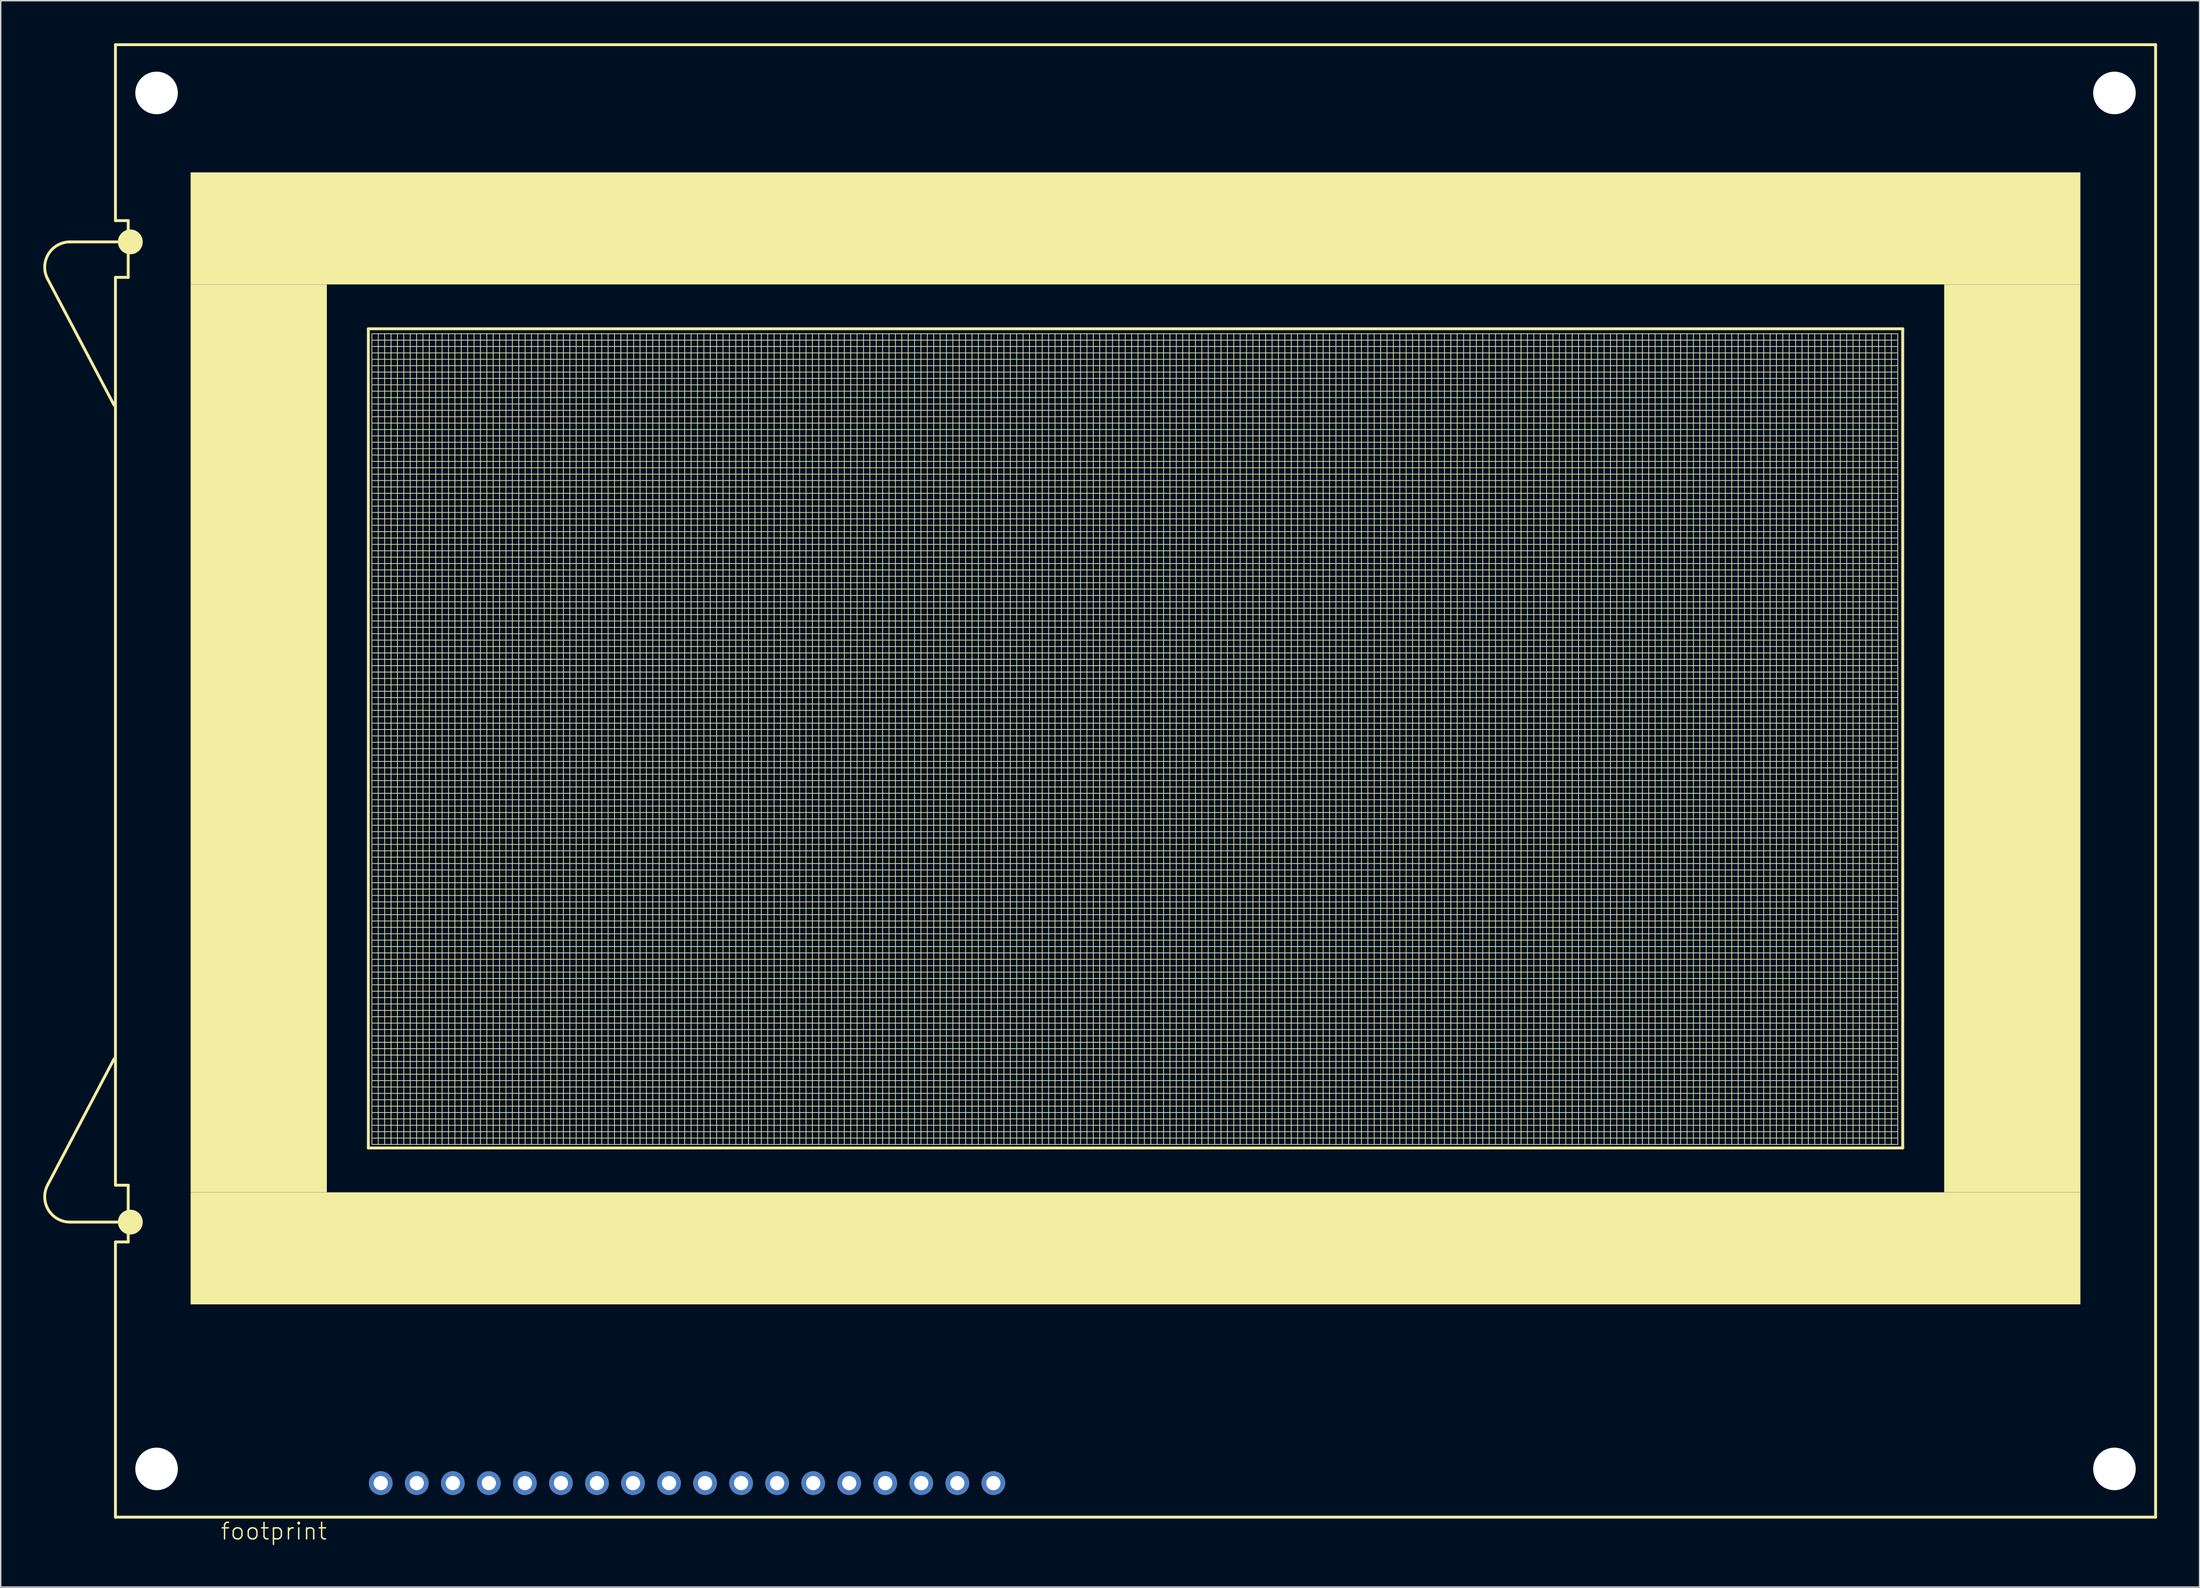
<source format=kicad_pcb>
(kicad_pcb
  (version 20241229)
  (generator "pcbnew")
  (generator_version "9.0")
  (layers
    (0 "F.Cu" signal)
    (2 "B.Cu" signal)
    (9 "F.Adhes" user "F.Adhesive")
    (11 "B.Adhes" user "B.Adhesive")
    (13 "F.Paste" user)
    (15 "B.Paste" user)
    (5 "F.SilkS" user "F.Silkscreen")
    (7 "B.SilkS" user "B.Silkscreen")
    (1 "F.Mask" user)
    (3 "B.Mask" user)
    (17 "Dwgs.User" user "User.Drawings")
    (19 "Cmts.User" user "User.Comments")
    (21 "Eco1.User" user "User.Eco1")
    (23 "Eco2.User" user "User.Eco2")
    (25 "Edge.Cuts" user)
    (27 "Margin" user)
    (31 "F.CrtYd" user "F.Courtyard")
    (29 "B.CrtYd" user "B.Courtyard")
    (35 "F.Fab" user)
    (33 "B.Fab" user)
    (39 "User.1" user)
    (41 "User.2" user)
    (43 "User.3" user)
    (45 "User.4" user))
  (footprint "footprint"
    (layer "F.Cu")
    (at 7.987 100.502)
    (property "Reference" "footprint" (at 4.445 5.08 0) (layer "F.SilkS") (effects (font (size 1.168 1.168) (thickness 0.102)) (justify left bottom)))
    (fp_line (start -7.675 -83.875) (end -3 -75) (stroke (width 0.203) (type solid)) (layer "F.SilkS"))
    (fp_line (start -7.675 -20.025) (end -3 -28.9) (stroke (width 0.203) (type solid)) (layer "F.SilkS"))
    (fp_line (start -2.9 -100.4) (end -2.9 -88) (stroke (width 0.203) (type solid)) (layer "F.SilkS"))
    (fp_line (start -2.9 -88) (end -2 -88) (stroke (width 0.203) (type solid)) (layer "F.SilkS"))
    (fp_line (start -2.9 -84) (end -2.9 -20) (stroke (width 0.203) (type solid)) (layer "F.SilkS"))
    (fp_line (start -2.9 -20) (end -2 -20) (stroke (width 0.203) (type solid)) (layer "F.SilkS"))
    (fp_line (start -2.9 -16) (end -2.9 3.4) (stroke (width 0.203) (type solid)) (layer "F.SilkS"))
    (fp_line (start -2.9 3.4) (end 140.9 3.4) (stroke (width 0.203) (type solid)) (layer "F.SilkS"))
    (fp_line (start -2.725 -86.5) (end -6.1 -86.5) (stroke (width 0.203) (type solid)) (layer "F.SilkS"))
    (fp_line (start -2.725 -17.4) (end -6.1 -17.4) (stroke (width 0.203) (type solid)) (layer "F.SilkS"))
    (fp_line (start -2 -88) (end -2 -84) (stroke (width 0.203) (type solid)) (layer "F.SilkS"))
    (fp_line (start -2 -84) (end -2.9 -84) (stroke (width 0.203) (type solid)) (layer "F.SilkS"))
    (fp_line (start -2 -20) (end -2 -16) (stroke (width 0.203) (type solid)) (layer "F.SilkS"))
    (fp_line (start -2 -16) (end -2.9 -16) (stroke (width 0.203) (type solid)) (layer "F.SilkS"))
    (fp_line (start 14.925 -80.375) (end 14.925 -22.625) (stroke (width 0.203) (type solid)) (layer "F.SilkS"))
    (fp_line (start 14.925 -22.625) (end 123.075 -22.625) (stroke (width 0.203) (type solid)) (layer "F.SilkS"))
    (fp_line (start 15.175 -22.875) (end 15.175 -80.025) (stroke (width 0.05) (type solid)) (layer "F.SilkS"))
    (fp_line (start 15.225 -80.025) (end 122.725 -80.025) (stroke (width 0.05) (type solid)) (layer "F.SilkS"))
    (fp_line (start 15.225 -79.575) (end 122.7 -79.575) (stroke (width 0.05) (type solid)) (layer "F.SilkS"))
    (fp_line (start 15.225 -79.125) (end 122.7 -79.125) (stroke (width 0.05) (type solid)) (layer "F.SilkS"))
    (fp_line (start 15.225 -78.675) (end 122.7 -78.675) (stroke (width 0.05) (type solid)) (layer "F.SilkS"))
    (fp_line (start 15.225 -78.225) (end 122.7 -78.225) (stroke (width 0.05) (type solid)) (layer "F.SilkS"))
    (fp_line (start 15.225 -77.775) (end 122.7 -77.775) (stroke (width 0.05) (type solid)) (layer "F.SilkS"))
    (fp_line (start 15.225 -77.325) (end 122.7 -77.325) (stroke (width 0.05) (type solid)) (layer "F.SilkS"))
    (fp_line (start 15.225 -76.875) (end 122.7 -76.875) (stroke (width 0.05) (type solid)) (layer "F.SilkS"))
    (fp_line (start 15.225 -76.425) (end 122.7 -76.425) (stroke (width 0.05) (type solid)) (layer "F.SilkS"))
    (fp_line (start 15.225 -75.975) (end 122.7 -75.975) (stroke (width 0.05) (type solid)) (layer "F.SilkS"))
    (fp_line (start 15.225 -75.525) (end 122.7 -75.525) (stroke (width 0.05) (type solid)) (layer "F.SilkS"))
    (fp_line (start 15.225 -75.075) (end 122.7 -75.075) (stroke (width 0.05) (type solid)) (layer "F.SilkS"))
    (fp_line (start 15.225 -74.625) (end 122.7 -74.625) (stroke (width 0.05) (type solid)) (layer "F.SilkS"))
    (fp_line (start 15.225 -74.175) (end 122.7 -74.175) (stroke (width 0.05) (type solid)) (layer "F.SilkS"))
    (fp_line (start 15.225 -73.725) (end 122.7 -73.725) (stroke (width 0.05) (type solid)) (layer "F.SilkS"))
    (fp_line (start 15.225 -73.275) (end 122.7 -73.275) (stroke (width 0.05) (type solid)) (layer "F.SilkS"))
    (fp_line (start 15.225 -72.825) (end 122.7 -72.825) (stroke (width 0.05) (type solid)) (layer "F.SilkS"))
    (fp_line (start 15.225 -72.375) (end 122.7 -72.375) (stroke (width 0.05) (type solid)) (layer "F.SilkS"))
    (fp_line (start 15.225 -71.925) (end 122.7 -71.925) (stroke (width 0.05) (type solid)) (layer "F.SilkS"))
    (fp_line (start 15.225 -71.475) (end 122.7 -71.475) (stroke (width 0.05) (type solid)) (layer "F.SilkS"))
    (fp_line (start 15.225 -71.025) (end 122.7 -71.025) (stroke (width 0.05) (type solid)) (layer "F.SilkS"))
    (fp_line (start 15.225 -70.575) (end 122.7 -70.575) (stroke (width 0.05) (type solid)) (layer "F.SilkS"))
    (fp_line (start 15.225 -70.125) (end 122.7 -70.125) (stroke (width 0.05) (type solid)) (layer "F.SilkS"))
    (fp_line (start 15.225 -69.675) (end 122.7 -69.675) (stroke (width 0.05) (type solid)) (layer "F.SilkS"))
    (fp_line (start 15.225 -69.225) (end 122.7 -69.225) (stroke (width 0.05) (type solid)) (layer "F.SilkS"))
    (fp_line (start 15.225 -68.775) (end 122.7 -68.775) (stroke (width 0.05) (type solid)) (layer "F.SilkS"))
    (fp_line (start 15.225 -68.325) (end 122.7 -68.325) (stroke (width 0.05) (type solid)) (layer "F.SilkS"))
    (fp_line (start 15.225 -67.875) (end 122.7 -67.875) (stroke (width 0.05) (type solid)) (layer "F.SilkS"))
    (fp_line (start 15.225 -67.425) (end 122.7 -67.425) (stroke (width 0.05) (type solid)) (layer "F.SilkS"))
    (fp_line (start 15.225 -66.975) (end 122.7 -66.975) (stroke (width 0.05) (type solid)) (layer "F.SilkS"))
    (fp_line (start 15.225 -66.525) (end 122.7 -66.525) (stroke (width 0.05) (type solid)) (layer "F.SilkS"))
    (fp_line (start 15.225 -66.075) (end 122.7 -66.075) (stroke (width 0.05) (type solid)) (layer "F.SilkS"))
    (fp_line (start 15.225 -65.625) (end 122.7 -65.625) (stroke (width 0.05) (type solid)) (layer "F.SilkS"))
    (fp_line (start 15.225 -65.175) (end 122.7 -65.175) (stroke (width 0.05) (type solid)) (layer "F.SilkS"))
    (fp_line (start 15.225 -64.725) (end 122.7 -64.725) (stroke (width 0.05) (type solid)) (layer "F.SilkS"))
    (fp_line (start 15.225 -64.275) (end 122.7 -64.275) (stroke (width 0.05) (type solid)) (layer "F.SilkS"))
    (fp_line (start 15.225 -63.825) (end 122.7 -63.825) (stroke (width 0.05) (type solid)) (layer "F.SilkS"))
    (fp_line (start 15.225 -63.375) (end 122.7 -63.375) (stroke (width 0.05) (type solid)) (layer "F.SilkS"))
    (fp_line (start 15.225 -62.925) (end 122.7 -62.925) (stroke (width 0.05) (type solid)) (layer "F.SilkS"))
    (fp_line (start 15.225 -62.475) (end 122.7 -62.475) (stroke (width 0.05) (type solid)) (layer "F.SilkS"))
    (fp_line (start 15.225 -62.025) (end 122.7 -62.025) (stroke (width 0.05) (type solid)) (layer "F.SilkS"))
    (fp_line (start 15.225 -61.575) (end 122.7 -61.575) (stroke (width 0.05) (type solid)) (layer "F.SilkS"))
    (fp_line (start 15.225 -61.125) (end 122.7 -61.125) (stroke (width 0.05) (type solid)) (layer "F.SilkS"))
    (fp_line (start 15.225 -60.675) (end 122.7 -60.675) (stroke (width 0.05) (type solid)) (layer "F.SilkS"))
    (fp_line (start 15.225 -60.225) (end 122.7 -60.225) (stroke (width 0.05) (type solid)) (layer "F.SilkS"))
    (fp_line (start 15.225 -59.775) (end 122.7 -59.775) (stroke (width 0.05) (type solid)) (layer "F.SilkS"))
    (fp_line (start 15.225 -59.325) (end 122.7 -59.325) (stroke (width 0.05) (type solid)) (layer "F.SilkS"))
    (fp_line (start 15.225 -58.875) (end 122.7 -58.875) (stroke (width 0.05) (type solid)) (layer "F.SilkS"))
    (fp_line (start 15.225 -58.425) (end 122.7 -58.425) (stroke (width 0.05) (type solid)) (layer "F.SilkS"))
    (fp_line (start 15.225 -57.975) (end 122.7 -57.975) (stroke (width 0.05) (type solid)) (layer "F.SilkS"))
    (fp_line (start 15.225 -57.525) (end 122.7 -57.525) (stroke (width 0.05) (type solid)) (layer "F.SilkS"))
    (fp_line (start 15.225 -57.075) (end 122.7 -57.075) (stroke (width 0.05) (type solid)) (layer "F.SilkS"))
    (fp_line (start 15.225 -56.625) (end 122.7 -56.625) (stroke (width 0.05) (type solid)) (layer "F.SilkS"))
    (fp_line (start 15.225 -56.175) (end 122.7 -56.175) (stroke (width 0.05) (type solid)) (layer "F.SilkS"))
    (fp_line (start 15.225 -55.725) (end 122.7 -55.725) (stroke (width 0.05) (type solid)) (layer "F.SilkS"))
    (fp_line (start 15.225 -55.275) (end 122.7 -55.275) (stroke (width 0.05) (type solid)) (layer "F.SilkS"))
    (fp_line (start 15.225 -54.825) (end 122.7 -54.825) (stroke (width 0.05) (type solid)) (layer "F.SilkS"))
    (fp_line (start 15.225 -54.375) (end 122.7 -54.375) (stroke (width 0.05) (type solid)) (layer "F.SilkS"))
    (fp_line (start 15.225 -53.925) (end 122.7 -53.925) (stroke (width 0.05) (type solid)) (layer "F.SilkS"))
    (fp_line (start 15.225 -53.475) (end 122.7 -53.475) (stroke (width 0.05) (type solid)) (layer "F.SilkS"))
    (fp_line (start 15.225 -53.025) (end 122.7 -53.025) (stroke (width 0.05) (type solid)) (layer "F.SilkS"))
    (fp_line (start 15.225 -52.575) (end 122.7 -52.575) (stroke (width 0.05) (type solid)) (layer "F.SilkS"))
    (fp_line (start 15.225 -52.125) (end 122.7 -52.125) (stroke (width 0.05) (type solid)) (layer "F.SilkS"))
    (fp_line (start 15.225 -51.675) (end 122.7 -51.675) (stroke (width 0.05) (type solid)) (layer "F.SilkS"))
    (fp_line (start 15.225 -51.225) (end 122.7 -51.225) (stroke (width 0.05) (type solid)) (layer "F.SilkS"))
    (fp_line (start 15.225 -50.775) (end 122.7 -50.775) (stroke (width 0.05) (type solid)) (layer "F.SilkS"))
    (fp_line (start 15.225 -50.325) (end 122.7 -50.325) (stroke (width 0.05) (type solid)) (layer "F.SilkS"))
    (fp_line (start 15.225 -49.875) (end 122.7 -49.875) (stroke (width 0.05) (type solid)) (layer "F.SilkS"))
    (fp_line (start 15.225 -49.425) (end 122.7 -49.425) (stroke (width 0.05) (type solid)) (layer "F.SilkS"))
    (fp_line (start 15.225 -48.975) (end 122.7 -48.975) (stroke (width 0.05) (type solid)) (layer "F.SilkS"))
    (fp_line (start 15.225 -48.525) (end 122.7 -48.525) (stroke (width 0.05) (type solid)) (layer "F.SilkS"))
    (fp_line (start 15.225 -48.075) (end 122.7 -48.075) (stroke (width 0.05) (type solid)) (layer "F.SilkS"))
    (fp_line (start 15.225 -47.625) (end 122.7 -47.625) (stroke (width 0.05) (type solid)) (layer "F.SilkS"))
    (fp_line (start 15.225 -47.175) (end 122.7 -47.175) (stroke (width 0.05) (type solid)) (layer "F.SilkS"))
    (fp_line (start 15.225 -46.725) (end 122.7 -46.725) (stroke (width 0.05) (type solid)) (layer "F.SilkS"))
    (fp_line (start 15.225 -46.275) (end 122.7 -46.275) (stroke (width 0.05) (type solid)) (layer "F.SilkS"))
    (fp_line (start 15.225 -45.825) (end 122.7 -45.825) (stroke (width 0.05) (type solid)) (layer "F.SilkS"))
    (fp_line (start 15.225 -45.375) (end 122.7 -45.375) (stroke (width 0.05) (type solid)) (layer "F.SilkS"))
    (fp_line (start 15.225 -44.925) (end 122.7 -44.925) (stroke (width 0.05) (type solid)) (layer "F.SilkS"))
    (fp_line (start 15.225 -44.475) (end 122.7 -44.475) (stroke (width 0.05) (type solid)) (layer "F.SilkS"))
    (fp_line (start 15.225 -44.025) (end 122.7 -44.025) (stroke (width 0.05) (type solid)) (layer "F.SilkS"))
    (fp_line (start 15.225 -43.575) (end 122.7 -43.575) (stroke (width 0.05) (type solid)) (layer "F.SilkS"))
    (fp_line (start 15.225 -43.125) (end 122.7 -43.125) (stroke (width 0.05) (type solid)) (layer "F.SilkS"))
    (fp_line (start 15.225 -42.675) (end 122.7 -42.675) (stroke (width 0.05) (type solid)) (layer "F.SilkS"))
    (fp_line (start 15.225 -42.225) (end 122.7 -42.225) (stroke (width 0.05) (type solid)) (layer "F.SilkS"))
    (fp_line (start 15.225 -41.775) (end 122.7 -41.775) (stroke (width 0.05) (type solid)) (layer "F.SilkS"))
    (fp_line (start 15.225 -41.325) (end 122.7 -41.325) (stroke (width 0.05) (type solid)) (layer "F.SilkS"))
    (fp_line (start 15.225 -40.875) (end 122.7 -40.875) (stroke (width 0.05) (type solid)) (layer "F.SilkS"))
    (fp_line (start 15.225 -40.425) (end 122.7 -40.425) (stroke (width 0.05) (type solid)) (layer "F.SilkS"))
    (fp_line (start 15.225 -39.975) (end 122.7 -39.975) (stroke (width 0.05) (type solid)) (layer "F.SilkS"))
    (fp_line (start 15.225 -39.525) (end 122.7 -39.525) (stroke (width 0.05) (type solid)) (layer "F.SilkS"))
    (fp_line (start 15.225 -39.075) (end 122.7 -39.075) (stroke (width 0.05) (type solid)) (layer "F.SilkS"))
    (fp_line (start 15.225 -38.625) (end 122.7 -38.625) (stroke (width 0.05) (type solid)) (layer "F.SilkS"))
    (fp_line (start 15.225 -38.175) (end 122.7 -38.175) (stroke (width 0.05) (type solid)) (layer "F.SilkS"))
    (fp_line (start 15.225 -37.725) (end 122.7 -37.725) (stroke (width 0.05) (type solid)) (layer "F.SilkS"))
    (fp_line (start 15.225 -37.275) (end 122.7 -37.275) (stroke (width 0.05) (type solid)) (layer "F.SilkS"))
    (fp_line (start 15.225 -36.825) (end 122.7 -36.825) (stroke (width 0.05) (type solid)) (layer "F.SilkS"))
    (fp_line (start 15.225 -36.375) (end 122.7 -36.375) (stroke (width 0.05) (type solid)) (layer "F.SilkS"))
    (fp_line (start 15.225 -35.925) (end 122.7 -35.925) (stroke (width 0.05) (type solid)) (layer "F.SilkS"))
    (fp_line (start 15.225 -35.475) (end 122.7 -35.475) (stroke (width 0.05) (type solid)) (layer "F.SilkS"))
    (fp_line (start 15.225 -35.025) (end 122.7 -35.025) (stroke (width 0.05) (type solid)) (layer "F.SilkS"))
    (fp_line (start 15.225 -34.575) (end 122.7 -34.575) (stroke (width 0.05) (type solid)) (layer "F.SilkS"))
    (fp_line (start 15.225 -34.125) (end 122.7 -34.125) (stroke (width 0.05) (type solid)) (layer "F.SilkS"))
    (fp_line (start 15.225 -33.675) (end 122.7 -33.675) (stroke (width 0.05) (type solid)) (layer "F.SilkS"))
    (fp_line (start 15.225 -33.225) (end 122.7 -33.225) (stroke (width 0.05) (type solid)) (layer "F.SilkS"))
    (fp_line (start 15.225 -32.775) (end 122.7 -32.775) (stroke (width 0.05) (type solid)) (layer "F.SilkS"))
    (fp_line (start 15.225 -32.325) (end 122.7 -32.325) (stroke (width 0.05) (type solid)) (layer "F.SilkS"))
    (fp_line (start 15.225 -31.875) (end 122.7 -31.875) (stroke (width 0.05) (type solid)) (layer "F.SilkS"))
    (fp_line (start 15.225 -31.425) (end 122.7 -31.425) (stroke (width 0.05) (type solid)) (layer "F.SilkS"))
    (fp_line (start 15.225 -30.975) (end 122.7 -30.975) (stroke (width 0.05) (type solid)) (layer "F.SilkS"))
    (fp_line (start 15.225 -30.525) (end 122.7 -30.525) (stroke (width 0.05) (type solid)) (layer "F.SilkS"))
    (fp_line (start 15.225 -30.075) (end 122.7 -30.075) (stroke (width 0.05) (type solid)) (layer "F.SilkS"))
    (fp_line (start 15.225 -29.625) (end 122.7 -29.625) (stroke (width 0.05) (type solid)) (layer "F.SilkS"))
    (fp_line (start 15.225 -29.175) (end 122.7 -29.175) (stroke (width 0.05) (type solid)) (layer "F.SilkS"))
    (fp_line (start 15.225 -28.725) (end 122.7 -28.725) (stroke (width 0.05) (type solid)) (layer "F.SilkS"))
    (fp_line (start 15.225 -28.275) (end 122.7 -28.275) (stroke (width 0.05) (type solid)) (layer "F.SilkS"))
    (fp_line (start 15.225 -27.825) (end 122.7 -27.825) (stroke (width 0.05) (type solid)) (layer "F.SilkS"))
    (fp_line (start 15.225 -27.375) (end 122.7 -27.375) (stroke (width 0.05) (type solid)) (layer "F.SilkS"))
    (fp_line (start 15.225 -26.925) (end 122.7 -26.925) (stroke (width 0.05) (type solid)) (layer "F.SilkS"))
    (fp_line (start 15.225 -26.475) (end 122.7 -26.475) (stroke (width 0.05) (type solid)) (layer "F.SilkS"))
    (fp_line (start 15.225 -26.025) (end 122.7 -26.025) (stroke (width 0.05) (type solid)) (layer "F.SilkS"))
    (fp_line (start 15.225 -25.575) (end 122.7 -25.575) (stroke (width 0.05) (type solid)) (layer "F.SilkS"))
    (fp_line (start 15.225 -25.125) (end 122.7 -25.125) (stroke (width 0.05) (type solid)) (layer "F.SilkS"))
    (fp_line (start 15.225 -24.675) (end 122.7 -24.675) (stroke (width 0.05) (type solid)) (layer "F.SilkS"))
    (fp_line (start 15.225 -24.225) (end 122.7 -24.225) (stroke (width 0.05) (type solid)) (layer "F.SilkS"))
    (fp_line (start 15.225 -23.775) (end 122.7 -23.775) (stroke (width 0.05) (type solid)) (layer "F.SilkS"))
    (fp_line (start 15.225 -23.325) (end 122.7 -23.325) (stroke (width 0.05) (type solid)) (layer "F.SilkS"))
    (fp_line (start 15.225 -22.875) (end 15.625 -22.875) (stroke (width 0.05) (type solid)) (layer "F.SilkS"))
    (fp_line (start 15.625 -22.875) (end 15.625 -80.025) (stroke (width 0.05) (type solid)) (layer "F.SilkS"))
    (fp_line (start 15.625 -22.875) (end 16.075 -22.875) (stroke (width 0.05) (type solid)) (layer "F.SilkS"))
    (fp_line (start 16.075 -22.875) (end 16.075 -80.025) (stroke (width 0.05) (type solid)) (layer "F.SilkS"))
    (fp_line (start 16.075 -22.875) (end 16.525 -22.875) (stroke (width 0.05) (type solid)) (layer "F.SilkS"))
    (fp_line (start 16.525 -22.875) (end 16.525 -80.025) (stroke (width 0.05) (type solid)) (layer "F.SilkS"))
    (fp_line (start 16.525 -22.875) (end 16.975 -22.875) (stroke (width 0.05) (type solid)) (layer "F.SilkS"))
    (fp_line (start 16.975 -22.875) (end 16.975 -80.025) (stroke (width 0.05) (type solid)) (layer "F.SilkS"))
    (fp_line (start 16.975 -22.875) (end 17.425 -22.875) (stroke (width 0.05) (type solid)) (layer "F.SilkS"))
    (fp_line (start 17.425 -22.875) (end 17.425 -80.025) (stroke (width 0.05) (type solid)) (layer "F.SilkS"))
    (fp_line (start 17.425 -22.875) (end 17.875 -22.875) (stroke (width 0.05) (type solid)) (layer "F.SilkS"))
    (fp_line (start 17.875 -22.875) (end 17.875 -80.025) (stroke (width 0.05) (type solid)) (layer "F.SilkS"))
    (fp_line (start 17.875 -22.875) (end 18.325 -22.875) (stroke (width 0.05) (type solid)) (layer "F.SilkS"))
    (fp_line (start 18.325 -22.875) (end 18.325 -80.025) (stroke (width 0.05) (type solid)) (layer "F.SilkS"))
    (fp_line (start 18.325 -22.875) (end 18.775 -22.875) (stroke (width 0.05) (type solid)) (layer "F.SilkS"))
    (fp_line (start 18.775 -22.875) (end 18.775 -80.025) (stroke (width 0.05) (type solid)) (layer "F.SilkS"))
    (fp_line (start 18.775 -22.875) (end 19.225 -22.875) (stroke (width 0.05) (type solid)) (layer "F.SilkS"))
    (fp_line (start 19.225 -22.875) (end 19.225 -80.025) (stroke (width 0.05) (type solid)) (layer "F.SilkS"))
    (fp_line (start 19.225 -22.875) (end 122.725 -22.875) (stroke (width 0.05) (type solid)) (layer "F.SilkS"))
    (fp_line (start 19.675 -22.875) (end 19.675 -80.025) (stroke (width 0.05) (type solid)) (layer "F.SilkS"))
    (fp_line (start 20.125 -22.875) (end 20.125 -80.025) (stroke (width 0.05) (type solid)) (layer "F.SilkS"))
    (fp_line (start 20.575 -22.875) (end 20.575 -80.025) (stroke (width 0.05) (type solid)) (layer "F.SilkS"))
    (fp_line (start 21.025 -22.875) (end 21.025 -80.025) (stroke (width 0.05) (type solid)) (layer "F.SilkS"))
    (fp_line (start 21.475 -22.875) (end 21.475 -80.025) (stroke (width 0.05) (type solid)) (layer "F.SilkS"))
    (fp_line (start 21.925 -22.875) (end 21.925 -80.025) (stroke (width 0.05) (type solid)) (layer "F.SilkS"))
    (fp_line (start 22.375 -22.875) (end 22.375 -80.025) (stroke (width 0.05) (type solid)) (layer "F.SilkS"))
    (fp_line (start 22.825 -22.875) (end 22.825 -80.025) (stroke (width 0.05) (type solid)) (layer "F.SilkS"))
    (fp_line (start 23.275 -22.875) (end 23.275 -80.025) (stroke (width 0.05) (type solid)) (layer "F.SilkS"))
    (fp_line (start 23.725 -22.875) (end 23.725 -80.025) (stroke (width 0.05) (type solid)) (layer "F.SilkS"))
    (fp_line (start 24.175 -22.875) (end 24.175 -80.025) (stroke (width 0.05) (type solid)) (layer "F.SilkS"))
    (fp_line (start 24.625 -22.875) (end 24.625 -80.025) (stroke (width 0.05) (type solid)) (layer "F.SilkS"))
    (fp_line (start 25.075 -22.875) (end 25.075 -80.025) (stroke (width 0.05) (type solid)) (layer "F.SilkS"))
    (fp_line (start 25.525 -22.875) (end 25.525 -80.025) (stroke (width 0.05) (type solid)) (layer "F.SilkS"))
    (fp_line (start 25.975 -22.875) (end 25.975 -80.025) (stroke (width 0.05) (type solid)) (layer "F.SilkS"))
    (fp_line (start 26.425 -22.875) (end 26.425 -80.025) (stroke (width 0.05) (type solid)) (layer "F.SilkS"))
    (fp_line (start 26.875 -22.875) (end 26.875 -80.025) (stroke (width 0.05) (type solid)) (layer "F.SilkS"))
    (fp_line (start 27.325 -22.875) (end 27.325 -80.025) (stroke (width 0.05) (type solid)) (layer "F.SilkS"))
    (fp_line (start 27.775 -22.875) (end 27.775 -80.025) (stroke (width 0.05) (type solid)) (layer "F.SilkS"))
    (fp_line (start 28.225 -22.875) (end 28.225 -80.025) (stroke (width 0.05) (type solid)) (layer "F.SilkS"))
    (fp_line (start 28.675 -22.875) (end 28.675 -80.025) (stroke (width 0.05) (type solid)) (layer "F.SilkS"))
    (fp_line (start 29.125 -22.875) (end 29.125 -80.025) (stroke (width 0.05) (type solid)) (layer "F.SilkS"))
    (fp_line (start 29.575 -22.875) (end 29.575 -80.025) (stroke (width 0.05) (type solid)) (layer "F.SilkS"))
    (fp_line (start 30.025 -22.875) (end 30.025 -80.025) (stroke (width 0.05) (type solid)) (layer "F.SilkS"))
    (fp_line (start 30.475 -22.875) (end 30.475 -80.025) (stroke (width 0.05) (type solid)) (layer "F.SilkS"))
    (fp_line (start 30.925 -22.875) (end 30.925 -80.025) (stroke (width 0.05) (type solid)) (layer "F.SilkS"))
    (fp_line (start 31.375 -22.875) (end 31.375 -80.025) (stroke (width 0.05) (type solid)) (layer "F.SilkS"))
    (fp_line (start 31.825 -22.875) (end 31.825 -80.025) (stroke (width 0.05) (type solid)) (layer "F.SilkS"))
    (fp_line (start 32.275 -22.875) (end 32.275 -80.025) (stroke (width 0.05) (type solid)) (layer "F.SilkS"))
    (fp_line (start 32.725 -22.875) (end 32.725 -80.025) (stroke (width 0.05) (type solid)) (layer "F.SilkS"))
    (fp_line (start 33.175 -22.875) (end 33.175 -80.025) (stroke (width 0.05) (type solid)) (layer "F.SilkS"))
    (fp_line (start 33.625 -22.875) (end 33.625 -80.025) (stroke (width 0.05) (type solid)) (layer "F.SilkS"))
    (fp_line (start 34.075 -22.875) (end 34.075 -80.025) (stroke (width 0.05) (type solid)) (layer "F.SilkS"))
    (fp_line (start 34.525 -22.875) (end 34.525 -80.025) (stroke (width 0.05) (type solid)) (layer "F.SilkS"))
    (fp_line (start 34.975 -22.875) (end 34.975 -80.025) (stroke (width 0.05) (type solid)) (layer "F.SilkS"))
    (fp_line (start 35.425 -22.875) (end 35.425 -80.025) (stroke (width 0.05) (type solid)) (layer "F.SilkS"))
    (fp_line (start 35.875 -22.875) (end 35.875 -80.025) (stroke (width 0.05) (type solid)) (layer "F.SilkS"))
    (fp_line (start 36.325 -22.875) (end 36.325 -80.025) (stroke (width 0.05) (type solid)) (layer "F.SilkS"))
    (fp_line (start 36.775 -22.875) (end 36.775 -80.025) (stroke (width 0.05) (type solid)) (layer "F.SilkS"))
    (fp_line (start 37.225 -22.875) (end 37.225 -80.025) (stroke (width 0.05) (type solid)) (layer "F.SilkS"))
    (fp_line (start 37.675 -22.875) (end 37.675 -80.025) (stroke (width 0.05) (type solid)) (layer "F.SilkS"))
    (fp_line (start 38.125 -22.875) (end 38.125 -80.025) (stroke (width 0.05) (type solid)) (layer "F.SilkS"))
    (fp_line (start 38.575 -22.875) (end 38.575 -80.025) (stroke (width 0.05) (type solid)) (layer "F.SilkS"))
    (fp_line (start 39.025 -22.875) (end 39.025 -80.025) (stroke (width 0.05) (type solid)) (layer "F.SilkS"))
    (fp_line (start 39.475 -22.875) (end 39.475 -80.025) (stroke (width 0.05) (type solid)) (layer "F.SilkS"))
    (fp_line (start 39.925 -22.875) (end 39.925 -80.025) (stroke (width 0.05) (type solid)) (layer "F.SilkS"))
    (fp_line (start 40.375 -22.875) (end 40.375 -80.025) (stroke (width 0.05) (type solid)) (layer "F.SilkS"))
    (fp_line (start 40.825 -22.875) (end 40.825 -80.025) (stroke (width 0.05) (type solid)) (layer "F.SilkS"))
    (fp_line (start 41.275 -22.875) (end 41.275 -80.025) (stroke (width 0.05) (type solid)) (layer "F.SilkS"))
    (fp_line (start 41.725 -22.875) (end 41.725 -80.025) (stroke (width 0.05) (type solid)) (layer "F.SilkS"))
    (fp_line (start 42.175 -22.875) (end 42.175 -80.025) (stroke (width 0.05) (type solid)) (layer "F.SilkS"))
    (fp_line (start 42.625 -22.875) (end 42.625 -80.025) (stroke (width 0.05) (type solid)) (layer "F.SilkS"))
    (fp_line (start 43.075 -22.875) (end 43.075 -80.025) (stroke (width 0.05) (type solid)) (layer "F.SilkS"))
    (fp_line (start 43.525 -22.875) (end 43.525 -80.025) (stroke (width 0.05) (type solid)) (layer "F.SilkS"))
    (fp_line (start 43.975 -22.875) (end 43.975 -80.025) (stroke (width 0.05) (type solid)) (layer "F.SilkS"))
    (fp_line (start 44.425 -22.875) (end 44.425 -80.025) (stroke (width 0.05) (type solid)) (layer "F.SilkS"))
    (fp_line (start 44.875 -22.875) (end 44.875 -80.025) (stroke (width 0.05) (type solid)) (layer "F.SilkS"))
    (fp_line (start 45.325 -22.875) (end 45.325 -80.025) (stroke (width 0.05) (type solid)) (layer "F.SilkS"))
    (fp_line (start 45.775 -22.875) (end 45.775 -80.025) (stroke (width 0.05) (type solid)) (layer "F.SilkS"))
    (fp_line (start 46.225 -22.875) (end 46.225 -80.025) (stroke (width 0.05) (type solid)) (layer "F.SilkS"))
    (fp_line (start 46.675 -22.875) (end 46.675 -80.025) (stroke (width 0.05) (type solid)) (layer "F.SilkS"))
    (fp_line (start 47.125 -22.875) (end 47.125 -80.025) (stroke (width 0.05) (type solid)) (layer "F.SilkS"))
    (fp_line (start 47.575 -22.875) (end 47.575 -80.025) (stroke (width 0.05) (type solid)) (layer "F.SilkS"))
    (fp_line (start 48.025 -22.875) (end 48.025 -80.025) (stroke (width 0.05) (type solid)) (layer "F.SilkS"))
    (fp_line (start 48.475 -22.875) (end 48.475 -80.025) (stroke (width 0.05) (type solid)) (layer "F.SilkS"))
    (fp_line (start 48.925 -22.875) (end 48.925 -80.025) (stroke (width 0.05) (type solid)) (layer "F.SilkS"))
    (fp_line (start 49.375 -22.875) (end 49.375 -80.025) (stroke (width 0.05) (type solid)) (layer "F.SilkS"))
    (fp_line (start 49.825 -22.875) (end 49.825 -80.025) (stroke (width 0.05) (type solid)) (layer "F.SilkS"))
    (fp_line (start 50.275 -22.875) (end 50.275 -80.025) (stroke (width 0.05) (type solid)) (layer "F.SilkS"))
    (fp_line (start 50.725 -22.875) (end 50.725 -80.025) (stroke (width 0.05) (type solid)) (layer "F.SilkS"))
    (fp_line (start 51.175 -22.875) (end 51.175 -80.025) (stroke (width 0.05) (type solid)) (layer "F.SilkS"))
    (fp_line (start 51.625 -22.875) (end 51.625 -80.025) (stroke (width 0.05) (type solid)) (layer "F.SilkS"))
    (fp_line (start 52.075 -22.875) (end 52.075 -80.025) (stroke (width 0.05) (type solid)) (layer "F.SilkS"))
    (fp_line (start 52.525 -22.875) (end 52.525 -80.025) (stroke (width 0.05) (type solid)) (layer "F.SilkS"))
    (fp_line (start 52.975 -22.875) (end 52.975 -80.025) (stroke (width 0.05) (type solid)) (layer "F.SilkS"))
    (fp_line (start 53.425 -22.875) (end 53.425 -80.025) (stroke (width 0.05) (type solid)) (layer "F.SilkS"))
    (fp_line (start 53.875 -22.875) (end 53.875 -80.025) (stroke (width 0.05) (type solid)) (layer "F.SilkS"))
    (fp_line (start 54.325 -22.875) (end 54.325 -80.025) (stroke (width 0.05) (type solid)) (layer "F.SilkS"))
    (fp_line (start 54.775 -22.875) (end 54.775 -80.025) (stroke (width 0.05) (type solid)) (layer "F.SilkS"))
    (fp_line (start 55.225 -22.875) (end 55.225 -80.025) (stroke (width 0.05) (type solid)) (layer "F.SilkS"))
    (fp_line (start 55.675 -22.875) (end 55.675 -80.025) (stroke (width 0.05) (type solid)) (layer "F.SilkS"))
    (fp_line (start 56.125 -22.875) (end 56.125 -80.025) (stroke (width 0.05) (type solid)) (layer "F.SilkS"))
    (fp_line (start 56.575 -22.875) (end 56.575 -80.025) (stroke (width 0.05) (type solid)) (layer "F.SilkS"))
    (fp_line (start 57.025 -22.875) (end 57.025 -80.025) (stroke (width 0.05) (type solid)) (layer "F.SilkS"))
    (fp_line (start 57.475 -22.875) (end 57.475 -80.025) (stroke (width 0.05) (type solid)) (layer "F.SilkS"))
    (fp_line (start 57.925 -22.875) (end 57.925 -80.025) (stroke (width 0.05) (type solid)) (layer "F.SilkS"))
    (fp_line (start 58.375 -22.875) (end 58.375 -80.025) (stroke (width 0.05) (type solid)) (layer "F.SilkS"))
    (fp_line (start 58.825 -22.875) (end 58.825 -80.025) (stroke (width 0.05) (type solid)) (layer "F.SilkS"))
    (fp_line (start 59.275 -22.875) (end 59.275 -80.025) (stroke (width 0.05) (type solid)) (layer "F.SilkS"))
    (fp_line (start 59.725 -22.875) (end 59.725 -80.025) (stroke (width 0.05) (type solid)) (layer "F.SilkS"))
    (fp_line (start 60.175 -22.875) (end 60.175 -80.025) (stroke (width 0.05) (type solid)) (layer "F.SilkS"))
    (fp_line (start 60.625 -22.875) (end 60.625 -80.025) (stroke (width 0.05) (type solid)) (layer "F.SilkS"))
    (fp_line (start 61.075 -22.875) (end 61.075 -80.025) (stroke (width 0.05) (type solid)) (layer "F.SilkS"))
    (fp_line (start 61.525 -22.875) (end 61.525 -80.025) (stroke (width 0.05) (type solid)) (layer "F.SilkS"))
    (fp_line (start 61.975 -22.875) (end 61.975 -80.025) (stroke (width 0.05) (type solid)) (layer "F.SilkS"))
    (fp_line (start 62.425 -22.875) (end 62.425 -80.025) (stroke (width 0.05) (type solid)) (layer "F.SilkS"))
    (fp_line (start 62.875 -22.875) (end 62.875 -80.025) (stroke (width 0.05) (type solid)) (layer "F.SilkS"))
    (fp_line (start 63.325 -22.875) (end 63.325 -80.025) (stroke (width 0.05) (type solid)) (layer "F.SilkS"))
    (fp_line (start 63.775 -22.875) (end 63.775 -80.025) (stroke (width 0.05) (type solid)) (layer "F.SilkS"))
    (fp_line (start 64.225 -22.875) (end 64.225 -80.025) (stroke (width 0.05) (type solid)) (layer "F.SilkS"))
    (fp_line (start 64.675 -22.875) (end 64.675 -80.025) (stroke (width 0.05) (type solid)) (layer "F.SilkS"))
    (fp_line (start 65.125 -22.875) (end 65.125 -80.025) (stroke (width 0.05) (type solid)) (layer "F.SilkS"))
    (fp_line (start 65.575 -22.875) (end 65.575 -80.025) (stroke (width 0.05) (type solid)) (layer "F.SilkS"))
    (fp_line (start 66.025 -22.875) (end 66.025 -80.025) (stroke (width 0.05) (type solid)) (layer "F.SilkS"))
    (fp_line (start 66.475 -22.875) (end 66.475 -80.025) (stroke (width 0.05) (type solid)) (layer "F.SilkS"))
    (fp_line (start 66.925 -22.875) (end 66.925 -80.025) (stroke (width 0.05) (type solid)) (layer "F.SilkS"))
    (fp_line (start 67.375 -22.875) (end 67.375 -80.025) (stroke (width 0.05) (type solid)) (layer "F.SilkS"))
    (fp_line (start 67.825 -22.875) (end 67.825 -80.025) (stroke (width 0.05) (type solid)) (layer "F.SilkS"))
    (fp_line (start 68.275 -22.875) (end 68.275 -80.025) (stroke (width 0.05) (type solid)) (layer "F.SilkS"))
    (fp_line (start 68.725 -22.875) (end 68.725 -80.025) (stroke (width 0.05) (type solid)) (layer "F.SilkS"))
    (fp_line (start 69.175 -22.875) (end 69.175 -80.025) (stroke (width 0.05) (type solid)) (layer "F.SilkS"))
    (fp_line (start 69.625 -22.875) (end 69.625 -80.025) (stroke (width 0.05) (type solid)) (layer "F.SilkS"))
    (fp_line (start 70.075 -22.875) (end 70.075 -80.025) (stroke (width 0.05) (type solid)) (layer "F.SilkS"))
    (fp_line (start 70.525 -22.875) (end 70.525 -80.025) (stroke (width 0.05) (type solid)) (layer "F.SilkS"))
    (fp_line (start 70.975 -22.875) (end 70.975 -80.025) (stroke (width 0.05) (type solid)) (layer "F.SilkS"))
    (fp_line (start 71.425 -22.875) (end 71.425 -80.025) (stroke (width 0.05) (type solid)) (layer "F.SilkS"))
    (fp_line (start 71.875 -22.875) (end 71.875 -80.025) (stroke (width 0.05) (type solid)) (layer "F.SilkS"))
    (fp_line (start 72.325 -22.875) (end 72.325 -80.025) (stroke (width 0.05) (type solid)) (layer "F.SilkS"))
    (fp_line (start 72.775 -22.875) (end 72.775 -80.025) (stroke (width 0.05) (type solid)) (layer "F.SilkS"))
    (fp_line (start 73.225 -22.875) (end 73.225 -80.025) (stroke (width 0.05) (type solid)) (layer "F.SilkS"))
    (fp_line (start 73.675 -22.875) (end 73.675 -80.025) (stroke (width 0.05) (type solid)) (layer "F.SilkS"))
    (fp_line (start 74.125 -22.875) (end 74.125 -80.025) (stroke (width 0.05) (type solid)) (layer "F.SilkS"))
    (fp_line (start 74.575 -22.875) (end 74.575 -80.025) (stroke (width 0.05) (type solid)) (layer "F.SilkS"))
    (fp_line (start 75.025 -22.875) (end 75.025 -80.025) (stroke (width 0.05) (type solid)) (layer "F.SilkS"))
    (fp_line (start 75.475 -22.875) (end 75.475 -80.025) (stroke (width 0.05) (type solid)) (layer "F.SilkS"))
    (fp_line (start 75.925 -22.875) (end 75.925 -80.025) (stroke (width 0.05) (type solid)) (layer "F.SilkS"))
    (fp_line (start 76.375 -22.875) (end 76.375 -80.025) (stroke (width 0.05) (type solid)) (layer "F.SilkS"))
    (fp_line (start 76.825 -22.875) (end 76.825 -80.025) (stroke (width 0.05) (type solid)) (layer "F.SilkS"))
    (fp_line (start 77.275 -22.875) (end 77.275 -80.025) (stroke (width 0.05) (type solid)) (layer "F.SilkS"))
    (fp_line (start 77.725 -22.875) (end 77.725 -80.025) (stroke (width 0.05) (type solid)) (layer "F.SilkS"))
    (fp_line (start 78.175 -22.875) (end 78.175 -80.025) (stroke (width 0.05) (type solid)) (layer "F.SilkS"))
    (fp_line (start 78.625 -22.875) (end 78.625 -80.025) (stroke (width 0.05) (type solid)) (layer "F.SilkS"))
    (fp_line (start 79.075 -22.875) (end 79.075 -80.025) (stroke (width 0.05) (type solid)) (layer "F.SilkS"))
    (fp_line (start 79.525 -22.875) (end 79.525 -80.025) (stroke (width 0.05) (type solid)) (layer "F.SilkS"))
    (fp_line (start 79.975 -22.875) (end 79.975 -80.025) (stroke (width 0.05) (type solid)) (layer "F.SilkS"))
    (fp_line (start 80.425 -22.875) (end 80.425 -80.025) (stroke (width 0.05) (type solid)) (layer "F.SilkS"))
    (fp_line (start 80.875 -22.875) (end 80.875 -80.025) (stroke (width 0.05) (type solid)) (layer "F.SilkS"))
    (fp_line (start 81.325 -22.875) (end 81.325 -80.025) (stroke (width 0.05) (type solid)) (layer "F.SilkS"))
    (fp_line (start 81.775 -22.875) (end 81.775 -80.025) (stroke (width 0.05) (type solid)) (layer "F.SilkS"))
    (fp_line (start 82.225 -22.875) (end 82.225 -80.025) (stroke (width 0.05) (type solid)) (layer "F.SilkS"))
    (fp_line (start 82.675 -22.875) (end 82.675 -80.025) (stroke (width 0.05) (type solid)) (layer "F.SilkS"))
    (fp_line (start 83.125 -22.875) (end 83.125 -80.025) (stroke (width 0.05) (type solid)) (layer "F.SilkS"))
    (fp_line (start 83.575 -22.875) (end 83.575 -80.025) (stroke (width 0.05) (type solid)) (layer "F.SilkS"))
    (fp_line (start 84.025 -22.875) (end 84.025 -80.025) (stroke (width 0.05) (type solid)) (layer "F.SilkS"))
    (fp_line (start 84.475 -22.875) (end 84.475 -80.025) (stroke (width 0.05) (type solid)) (layer "F.SilkS"))
    (fp_line (start 84.925 -22.875) (end 84.925 -80.025) (stroke (width 0.05) (type solid)) (layer "F.SilkS"))
    (fp_line (start 85.375 -22.875) (end 85.375 -80.025) (stroke (width 0.05) (type solid)) (layer "F.SilkS"))
    (fp_line (start 85.825 -22.875) (end 85.825 -80.025) (stroke (width 0.05) (type solid)) (layer "F.SilkS"))
    (fp_line (start 86.275 -22.875) (end 86.275 -80.025) (stroke (width 0.05) (type solid)) (layer "F.SilkS"))
    (fp_line (start 86.725 -22.875) (end 86.725 -80.025) (stroke (width 0.05) (type solid)) (layer "F.SilkS"))
    (fp_line (start 87.175 -22.875) (end 87.175 -80.025) (stroke (width 0.05) (type solid)) (layer "F.SilkS"))
    (fp_line (start 87.625 -22.875) (end 87.625 -80.025) (stroke (width 0.05) (type solid)) (layer "F.SilkS"))
    (fp_line (start 88.075 -22.875) (end 88.075 -80.025) (stroke (width 0.05) (type solid)) (layer "F.SilkS"))
    (fp_line (start 88.525 -22.875) (end 88.525 -80.025) (stroke (width 0.05) (type solid)) (layer "F.SilkS"))
    (fp_line (start 88.975 -22.875) (end 88.975 -80.025) (stroke (width 0.05) (type solid)) (layer "F.SilkS"))
    (fp_line (start 89.425 -22.875) (end 89.425 -80.025) (stroke (width 0.05) (type solid)) (layer "F.SilkS"))
    (fp_line (start 89.875 -22.875) (end 89.875 -80.025) (stroke (width 0.05) (type solid)) (layer "F.SilkS"))
    (fp_line (start 90.325 -22.875) (end 90.325 -80.025) (stroke (width 0.05) (type solid)) (layer "F.SilkS"))
    (fp_line (start 90.775 -22.875) (end 90.775 -80.025) (stroke (width 0.05) (type solid)) (layer "F.SilkS"))
    (fp_line (start 91.225 -22.875) (end 91.225 -80.025) (stroke (width 0.05) (type solid)) (layer "F.SilkS"))
    (fp_line (start 91.675 -22.875) (end 91.675 -80.025) (stroke (width 0.05) (type solid)) (layer "F.SilkS"))
    (fp_line (start 92.125 -22.875) (end 92.125 -80.025) (stroke (width 0.05) (type solid)) (layer "F.SilkS"))
    (fp_line (start 92.575 -22.875) (end 92.575 -80.025) (stroke (width 0.05) (type solid)) (layer "F.SilkS"))
    (fp_line (start 93.025 -22.875) (end 93.025 -80.025) (stroke (width 0.05) (type solid)) (layer "F.SilkS"))
    (fp_line (start 93.475 -22.875) (end 93.475 -80.025) (stroke (width 0.05) (type solid)) (layer "F.SilkS"))
    (fp_line (start 93.925 -22.875) (end 93.925 -80.025) (stroke (width 0.05) (type solid)) (layer "F.SilkS"))
    (fp_line (start 94.375 -22.875) (end 94.375 -80.025) (stroke (width 0.05) (type solid)) (layer "F.SilkS"))
    (fp_line (start 94.825 -22.875) (end 94.825 -80.025) (stroke (width 0.05) (type solid)) (layer "F.SilkS"))
    (fp_line (start 95.275 -22.875) (end 95.275 -80.025) (stroke (width 0.05) (type solid)) (layer "F.SilkS"))
    (fp_line (start 95.725 -22.875) (end 95.725 -80.025) (stroke (width 0.05) (type solid)) (layer "F.SilkS"))
    (fp_line (start 96.175 -22.875) (end 96.175 -80.025) (stroke (width 0.05) (type solid)) (layer "F.SilkS"))
    (fp_line (start 96.625 -22.875) (end 96.625 -80.025) (stroke (width 0.05) (type solid)) (layer "F.SilkS"))
    (fp_line (start 97.075 -22.875) (end 97.075 -80.025) (stroke (width 0.05) (type solid)) (layer "F.SilkS"))
    (fp_line (start 97.525 -22.875) (end 97.525 -80.025) (stroke (width 0.05) (type solid)) (layer "F.SilkS"))
    (fp_line (start 97.975 -22.875) (end 97.975 -80.025) (stroke (width 0.05) (type solid)) (layer "F.SilkS"))
    (fp_line (start 98.425 -22.875) (end 98.425 -80.025) (stroke (width 0.05) (type solid)) (layer "F.SilkS"))
    (fp_line (start 98.875 -22.875) (end 98.875 -80.025) (stroke (width 0.05) (type solid)) (layer "F.SilkS"))
    (fp_line (start 99.325 -22.875) (end 99.325 -80.025) (stroke (width 0.05) (type solid)) (layer "F.SilkS"))
    (fp_line (start 99.775 -22.875) (end 99.775 -80.025) (stroke (width 0.05) (type solid)) (layer "F.SilkS"))
    (fp_line (start 100.225 -22.875) (end 100.225 -80.025) (stroke (width 0.05) (type solid)) (layer "F.SilkS"))
    (fp_line (start 100.675 -22.875) (end 100.675 -80.025) (stroke (width 0.05) (type solid)) (layer "F.SilkS"))
    (fp_line (start 101.125 -22.875) (end 101.125 -80.025) (stroke (width 0.05) (type solid)) (layer "F.SilkS"))
    (fp_line (start 101.575 -22.875) (end 101.575 -80.025) (stroke (width 0.05) (type solid)) (layer "F.SilkS"))
    (fp_line (start 102.025 -22.875) (end 102.025 -80.025) (stroke (width 0.05) (type solid)) (layer "F.SilkS"))
    (fp_line (start 102.475 -22.875) (end 102.475 -80.025) (stroke (width 0.05) (type solid)) (layer "F.SilkS"))
    (fp_line (start 102.925 -22.875) (end 102.925 -80.025) (stroke (width 0.05) (type solid)) (layer "F.SilkS"))
    (fp_line (start 103.375 -22.875) (end 103.375 -80.025) (stroke (width 0.05) (type solid)) (layer "F.SilkS"))
    (fp_line (start 103.825 -22.875) (end 103.825 -80.025) (stroke (width 0.05) (type solid)) (layer "F.SilkS"))
    (fp_line (start 104.275 -22.875) (end 104.275 -80.025) (stroke (width 0.05) (type solid)) (layer "F.SilkS"))
    (fp_line (start 104.725 -22.875) (end 104.725 -80.025) (stroke (width 0.05) (type solid)) (layer "F.SilkS"))
    (fp_line (start 105.175 -22.875) (end 105.175 -80.025) (stroke (width 0.05) (type solid)) (layer "F.SilkS"))
    (fp_line (start 105.625 -22.875) (end 105.625 -80.025) (stroke (width 0.05) (type solid)) (layer "F.SilkS"))
    (fp_line (start 106.075 -22.875) (end 106.075 -80.025) (stroke (width 0.05) (type solid)) (layer "F.SilkS"))
    (fp_line (start 106.525 -22.875) (end 106.525 -80.025) (stroke (width 0.05) (type solid)) (layer "F.SilkS"))
    (fp_line (start 106.975 -22.875) (end 106.975 -80.025) (stroke (width 0.05) (type solid)) (layer "F.SilkS"))
    (fp_line (start 107.425 -22.875) (end 107.425 -80.025) (stroke (width 0.05) (type solid)) (layer "F.SilkS"))
    (fp_line (start 107.875 -22.875) (end 107.875 -80.025) (stroke (width 0.05) (type solid)) (layer "F.SilkS"))
    (fp_line (start 108.325 -22.875) (end 108.325 -80.025) (stroke (width 0.05) (type solid)) (layer "F.SilkS"))
    (fp_line (start 108.775 -22.875) (end 108.775 -80.025) (stroke (width 0.05) (type solid)) (layer "F.SilkS"))
    (fp_line (start 109.225 -22.875) (end 109.225 -80.025) (stroke (width 0.05) (type solid)) (layer "F.SilkS"))
    (fp_line (start 109.675 -22.875) (end 109.675 -80.025) (stroke (width 0.05) (type solid)) (layer "F.SilkS"))
    (fp_line (start 110.125 -22.875) (end 110.125 -80.025) (stroke (width 0.05) (type solid)) (layer "F.SilkS"))
    (fp_line (start 110.575 -22.875) (end 110.575 -80.025) (stroke (width 0.05) (type solid)) (layer "F.SilkS"))
    (fp_line (start 111.025 -22.875) (end 111.025 -80.025) (stroke (width 0.05) (type solid)) (layer "F.SilkS"))
    (fp_line (start 111.475 -22.875) (end 111.475 -80.025) (stroke (width 0.05) (type solid)) (layer "F.SilkS"))
    (fp_line (start 111.925 -22.875) (end 111.925 -80.025) (stroke (width 0.05) (type solid)) (layer "F.SilkS"))
    (fp_line (start 112.375 -22.875) (end 112.375 -80.025) (stroke (width 0.05) (type solid)) (layer "F.SilkS"))
    (fp_line (start 112.825 -22.875) (end 112.825 -80.025) (stroke (width 0.05) (type solid)) (layer "F.SilkS"))
    (fp_line (start 113.275 -22.875) (end 113.275 -80.025) (stroke (width 0.05) (type solid)) (layer "F.SilkS"))
    (fp_line (start 113.725 -22.875) (end 113.725 -80.025) (stroke (width 0.05) (type solid)) (layer "F.SilkS"))
    (fp_line (start 114.175 -22.875) (end 114.175 -80.025) (stroke (width 0.05) (type solid)) (layer "F.SilkS"))
    (fp_line (start 114.625 -22.875) (end 114.625 -80.025) (stroke (width 0.05) (type solid)) (layer "F.SilkS"))
    (fp_line (start 115.075 -22.875) (end 115.075 -80.025) (stroke (width 0.05) (type solid)) (layer "F.SilkS"))
    (fp_line (start 115.525 -22.875) (end 115.525 -80.025) (stroke (width 0.05) (type solid)) (layer "F.SilkS"))
    (fp_line (start 115.975 -22.875) (end 115.975 -80.025) (stroke (width 0.05) (type solid)) (layer "F.SilkS"))
    (fp_line (start 116.425 -22.875) (end 116.425 -80.025) (stroke (width 0.05) (type solid)) (layer "F.SilkS"))
    (fp_line (start 116.875 -22.875) (end 116.875 -80.025) (stroke (width 0.05) (type solid)) (layer "F.SilkS"))
    (fp_line (start 117.325 -22.875) (end 117.325 -80.025) (stroke (width 0.05) (type solid)) (layer "F.SilkS"))
    (fp_line (start 117.775 -22.875) (end 117.775 -80.025) (stroke (width 0.05) (type solid)) (layer "F.SilkS"))
    (fp_line (start 118.225 -22.875) (end 118.225 -80.025) (stroke (width 0.05) (type solid)) (layer "F.SilkS"))
    (fp_line (start 118.675 -22.875) (end 118.675 -80.025) (stroke (width 0.05) (type solid)) (layer "F.SilkS"))
    (fp_line (start 119.125 -22.875) (end 119.125 -80.025) (stroke (width 0.05) (type solid)) (layer "F.SilkS"))
    (fp_line (start 119.575 -22.875) (end 119.575 -80.025) (stroke (width 0.05) (type solid)) (layer "F.SilkS"))
    (fp_line (start 120.025 -22.875) (end 120.025 -80.025) (stroke (width 0.05) (type solid)) (layer "F.SilkS"))
    (fp_line (start 120.475 -22.875) (end 120.475 -80.025) (stroke (width 0.05) (type solid)) (layer "F.SilkS"))
    (fp_line (start 120.925 -22.875) (end 120.925 -80.025) (stroke (width 0.05) (type solid)) (layer "F.SilkS"))
    (fp_line (start 121.375 -22.875) (end 121.375 -80.025) (stroke (width 0.05) (type solid)) (layer "F.SilkS"))
    (fp_line (start 121.825 -22.875) (end 121.825 -80.025) (stroke (width 0.05) (type solid)) (layer "F.SilkS"))
    (fp_line (start 122.275 -22.875) (end 122.275 -80.025) (stroke (width 0.05) (type solid)) (layer "F.SilkS"))
    (fp_line (start 122.725 -22.875) (end 122.725 -80.025) (stroke (width 0.05) (type solid)) (layer "F.SilkS"))
    (fp_line (start 123.075 -80.375) (end 14.925 -80.375) (stroke (width 0.203) (type solid)) (layer "F.SilkS"))
    (fp_line (start 123.075 -22.625) (end 123.075 -80.375) (stroke (width 0.203) (type solid)) (layer "F.SilkS"))
    (fp_line (start 140.9 -100.4) (end -2.9 -100.4) (stroke (width 0.203) (type solid)) (layer "F.SilkS"))
    (fp_line (start 140.9 3.4) (end 140.9 -100.4) (stroke (width 0.203) (type solid)) (layer "F.SilkS"))
    (fp_arc (start -7.675 -83.875) (mid -7.630625 -85.633375) (end -6.1 -86.5) (stroke (width 0.2032) (type solid)) (layer "F.SilkS"))
    (fp_arc (start -6.1 -17.4) (mid -7.630624 -18.266625) (end -7.674999 -20.024999) (stroke (width 0.2032) (type solid)) (layer "F.SilkS"))
    (fp_circle (center -1.85 -86.5) (end -1.413 -86.5) (stroke (width 0.875) (type solid)) (fill yes) (layer "F.SilkS"))
    (fp_circle (center -1.85 -17.4) (end -1.413 -17.4) (stroke (width 0.875) (type solid)) (fill yes) (layer "F.SilkS"))
    (fp_circle (center -1 -92.65) (end -0.024 -92.65) (stroke (width 0.001) (type solid)) (fill no) (layer "F.SilkS"))
    (fp_circle (center -1 -58) (end -0.5 -58) (stroke (width 0.001) (type solid)) (fill no) (layer "F.SilkS"))
    (fp_circle (center -1 -54) (end -0.25 -54) (stroke (width 0.001) (type solid)) (fill no) (layer "F.SilkS"))
    (fp_circle (center -1 -46) (end -0.25 -46) (stroke (width 0.001) (type solid)) (fill no) (layer "F.SilkS"))
    (fp_circle (center -1 -42) (end -0.5 -42) (stroke (width 0.001) (type solid)) (fill no) (layer "F.SilkS"))
    (fp_circle (center -1 -11.6) (end 0 -11.6) (stroke (width 0.001) (type solid)) (fill no) (layer "F.SilkS"))
    (fp_poly (pts (xy 2.4 -83.5) (xy 135.6 -83.5) (xy 135.6 -91.4) (xy 2.4 -91.4)) (stroke (width 0) (type solid)) (fill yes) (layer "F.SilkS"))
    (fp_poly (pts (xy 2.4 -19.5) (xy 12 -19.5) (xy 12 -83.5) (xy 2.4 -83.5)) (stroke (width 0) (type solid)) (fill yes) (layer "F.SilkS"))
    (fp_poly (pts (xy 2.4 -11.6) (xy 135.6 -11.6) (xy 135.6 -19.5) (xy 2.4 -19.5)) (stroke (width 0) (type solid)) (fill yes) (layer "F.SilkS"))
    (fp_poly (pts (xy 126 -19.5) (xy 135.6 -19.5) (xy 135.6 -83.5) (xy 126 -83.5)) (stroke (width 0) (type solid)) (fill yes) (layer "F.SilkS"))
    (pad "" np_thru_hole circle (at 0 -97) (size 3 3) (drill 3) (layers "*.Cu" "*.Mask"))
    (pad "" np_thru_hole circle (at 0 0) (size 3 3) (drill 3) (layers "*.Cu" "*.Mask"))
    (pad "" np_thru_hole circle (at 138 -97) (size 3 3) (drill 3) (layers "*.Cu" "*.Mask"))
    (pad "" np_thru_hole circle (at 138 0) (size 3 3) (drill 3) (layers "*.Cu" "*.Mask"))
    (pad "1" thru_hole circle (at 15.8 1) (size 1.676 1.676) (drill 1) (layers "*.Cu" "*.Mask"))
    (pad "2" thru_hole circle (at 18.34 1) (size 1.676 1.676) (drill 1) (layers "*.Cu" "*.Mask"))
    (pad "3" thru_hole circle (at 20.88 1) (size 1.676 1.676) (drill 1) (layers "*.Cu" "*.Mask"))
    (pad "4" thru_hole circle (at 23.42 1) (size 1.676 1.676) (drill 1) (layers "*.Cu" "*.Mask"))
    (pad "5" thru_hole circle (at 25.96 1) (size 1.676 1.676) (drill 1) (layers "*.Cu" "*.Mask"))
    (pad "6" thru_hole circle (at 28.5 1) (size 1.676 1.676) (drill 1) (layers "*.Cu" "*.Mask"))
    (pad "7" thru_hole circle (at 31.04 1) (size 1.676 1.676) (drill 1) (layers "*.Cu" "*.Mask"))
    (pad "8" thru_hole circle (at 33.58 1) (size 1.676 1.676) (drill 1) (layers "*.Cu" "*.Mask"))
    (pad "9" thru_hole circle (at 36.12 1) (size 1.676 1.676) (drill 1) (layers "*.Cu" "*.Mask"))
    (pad "10" thru_hole circle (at 38.66 1) (size 1.676 1.676) (drill 1) (layers "*.Cu" "*.Mask"))
    (pad "11" thru_hole circle (at 41.2 1) (size 1.676 1.676) (drill 1) (layers "*.Cu" "*.Mask"))
    (pad "12" thru_hole circle (at 43.74 1) (size 1.676 1.676) (drill 1) (layers "*.Cu" "*.Mask"))
    (pad "13" thru_hole circle (at 46.28 1) (size 1.676 1.676) (drill 1) (layers "*.Cu" "*.Mask"))
    (pad "14" thru_hole circle (at 48.82 1) (size 1.676 1.676) (drill 1) (layers "*.Cu" "*.Mask"))
    (pad "15" thru_hole circle (at 51.36 1) (size 1.676 1.676) (drill 1) (layers "*.Cu" "*.Mask"))
    (pad "16" thru_hole circle (at 53.9 1) (size 1.676 1.676) (drill 1) (layers "*.Cu" "*.Mask"))
    (pad "17" thru_hole circle (at 56.44 1) (size 1.676 1.676) (drill 1) (layers "*.Cu" "*.Mask"))
    (pad "18" thru_hole circle (at 58.98 1) (size 1.676 1.676) (drill 1) (layers "*.Cu" "*.Mask")))
  (gr_rect
    (start -3 -3)
    (end 151.988 108.832)
    (stroke (width 0.1) (type default))
    (fill no)
    (layer "Edge.Cuts")))
</source>
